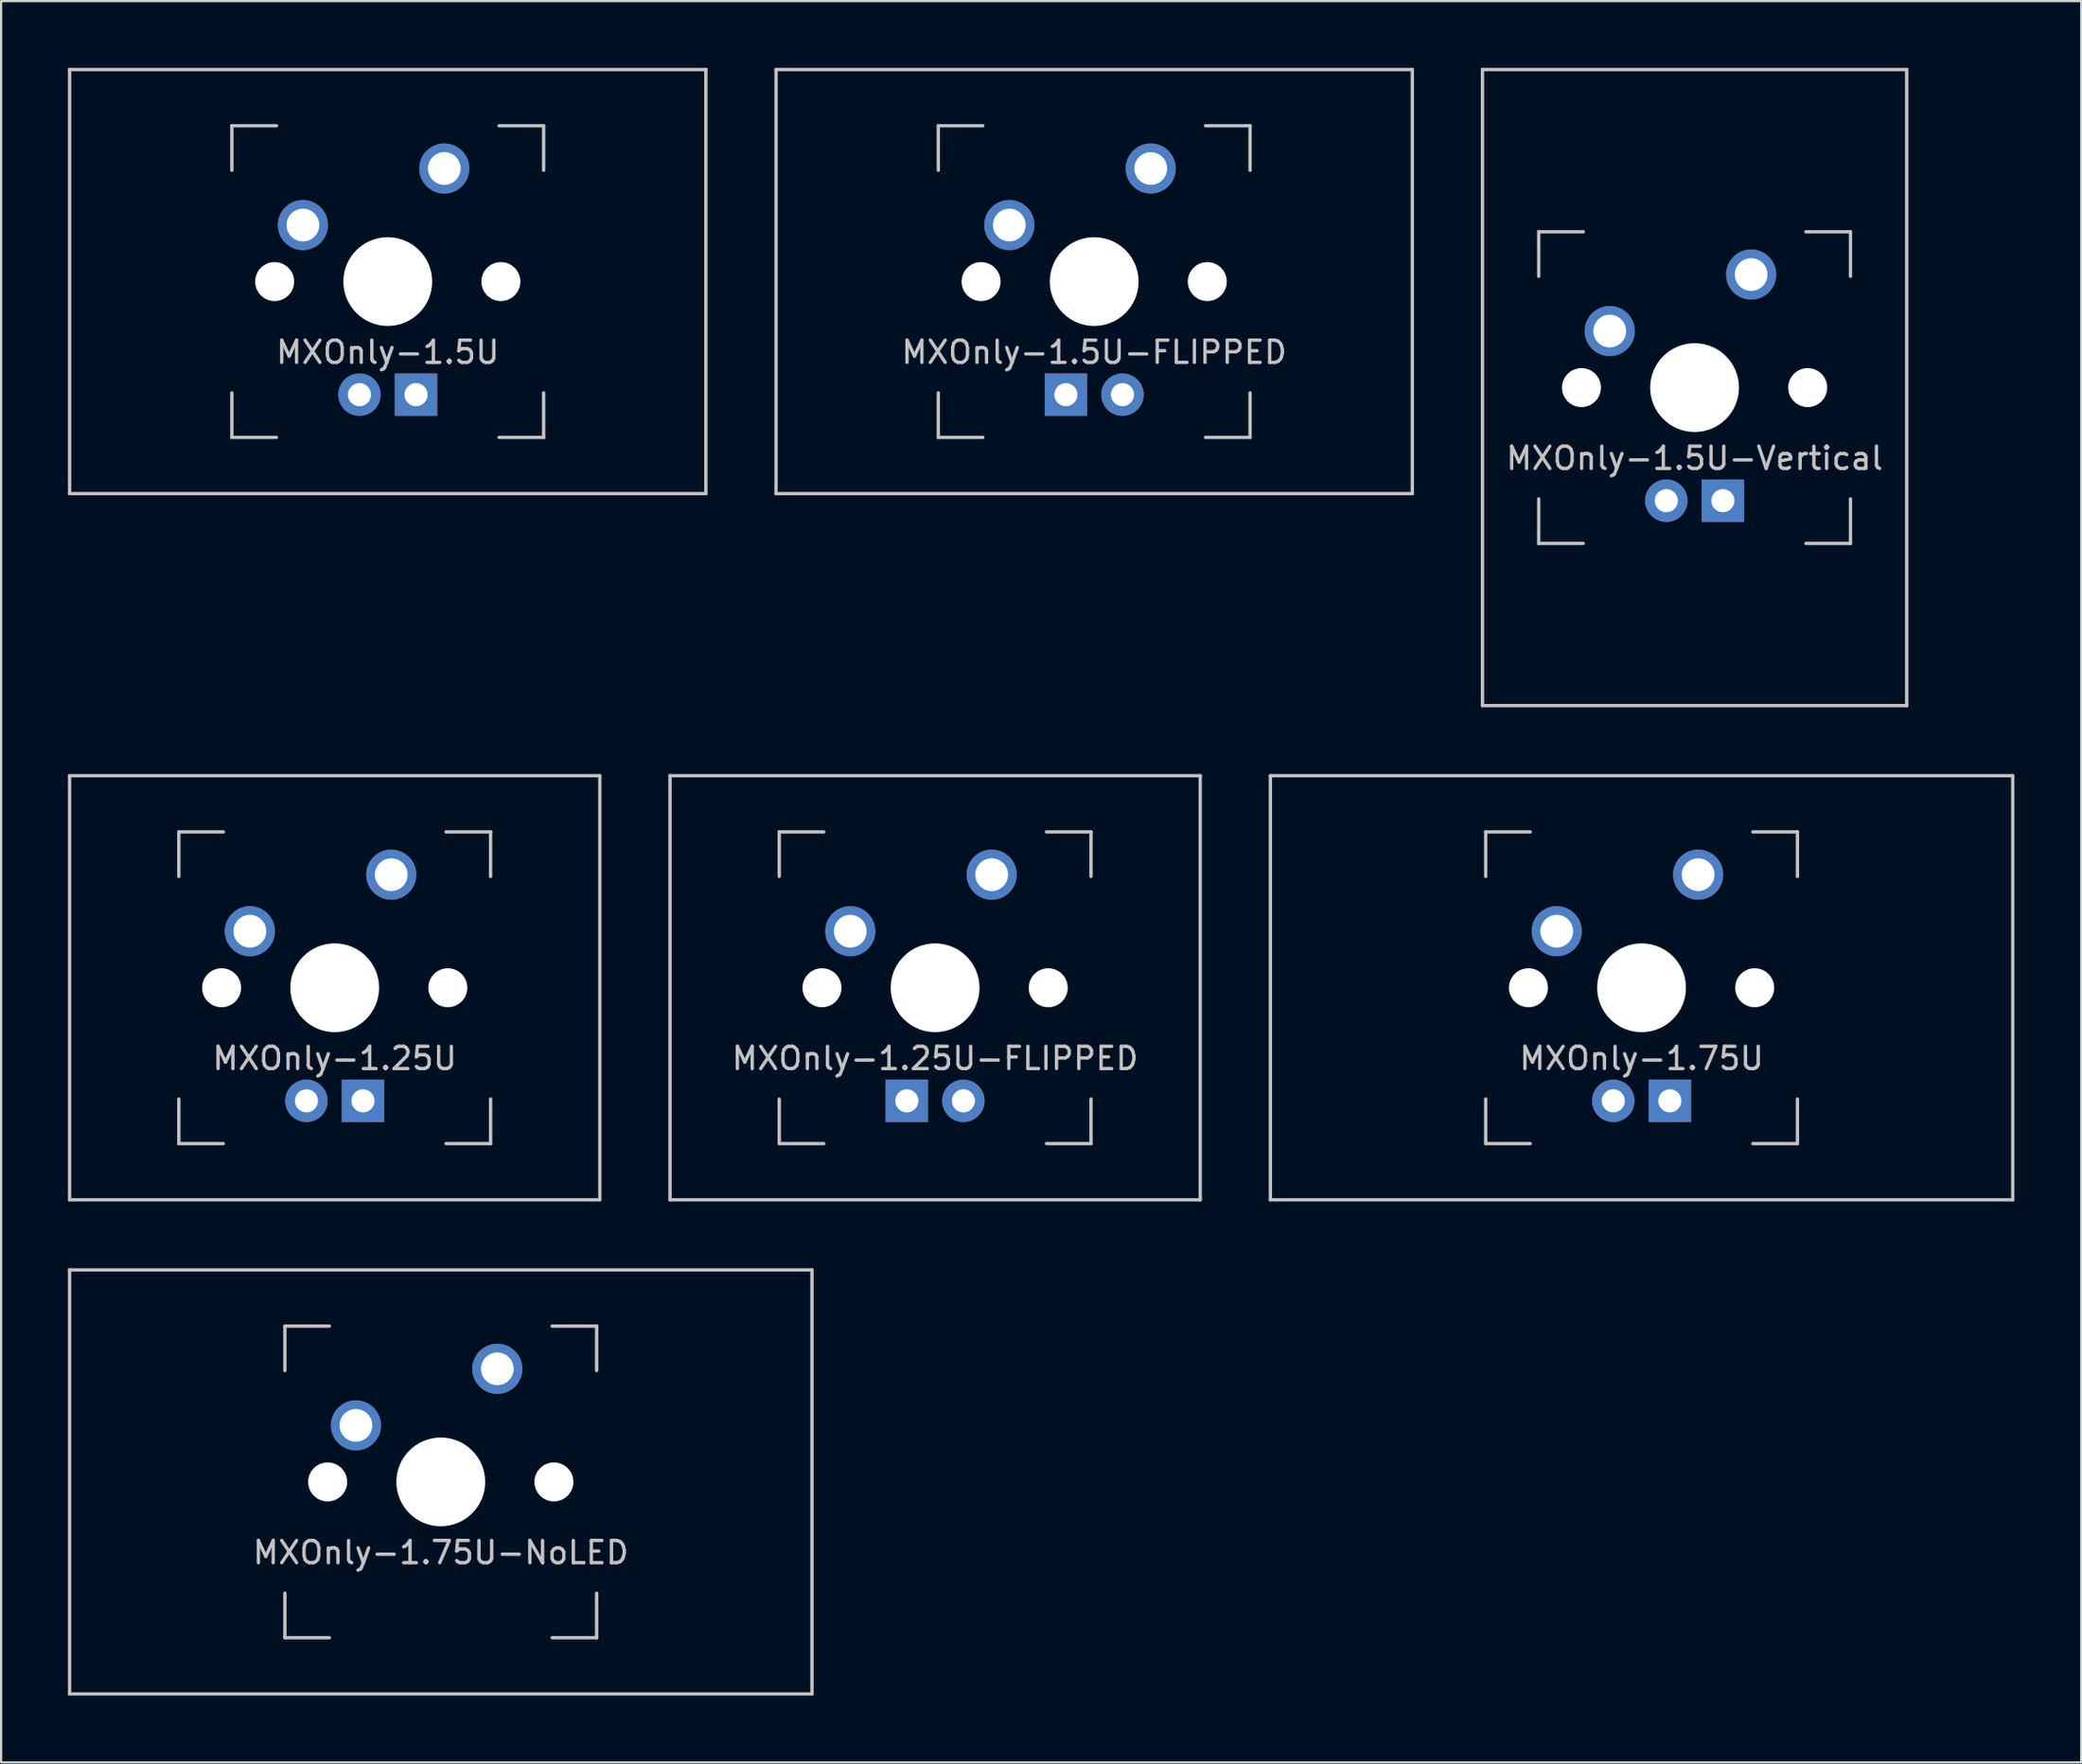
<source format=kicad_pcb>
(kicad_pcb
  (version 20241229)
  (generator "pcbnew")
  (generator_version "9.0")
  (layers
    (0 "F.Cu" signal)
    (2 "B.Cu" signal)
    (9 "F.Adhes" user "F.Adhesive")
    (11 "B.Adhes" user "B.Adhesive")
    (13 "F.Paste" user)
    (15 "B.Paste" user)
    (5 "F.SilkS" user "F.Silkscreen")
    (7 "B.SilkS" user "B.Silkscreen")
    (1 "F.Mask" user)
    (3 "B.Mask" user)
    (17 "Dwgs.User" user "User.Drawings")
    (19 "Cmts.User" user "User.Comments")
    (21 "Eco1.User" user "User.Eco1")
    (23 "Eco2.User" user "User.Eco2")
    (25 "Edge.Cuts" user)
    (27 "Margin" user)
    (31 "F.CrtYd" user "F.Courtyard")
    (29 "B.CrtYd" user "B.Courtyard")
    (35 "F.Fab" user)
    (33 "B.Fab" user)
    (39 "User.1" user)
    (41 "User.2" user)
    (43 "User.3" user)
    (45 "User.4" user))
  (footprint "MXOnly-1.75U-NoLED"
    (layer "F.Cu")
    (at 16.744 63.525)
    (property "Reference" "MXOnly-1.75U-NoLED" (at 0 3.175 0) (layer "Dwgs.User") (effects (font (size 1 1) (thickness 0.15))))
    (attr through_hole)
    (fp_line (start -16.669 -9.525) (end 16.669 -9.525) (stroke (width 0.15) (type solid)) (layer "Dwgs.User"))
    (fp_line (start -16.669 9.525) (end -16.669 -9.525) (stroke (width 0.15) (type solid)) (layer "Dwgs.User"))
    (fp_line (start -16.669 9.525) (end 16.669 9.525) (stroke (width 0.15) (type solid)) (layer "Dwgs.User"))
    (fp_line (start -7 -7) (end -7 -5) (stroke (width 0.15) (type solid)) (layer "Dwgs.User"))
    (fp_line (start -7 5) (end -7 7) (stroke (width 0.15) (type solid)) (layer "Dwgs.User"))
    (fp_line (start -7 7) (end -5 7) (stroke (width 0.15) (type solid)) (layer "Dwgs.User"))
    (fp_line (start -5 -7) (end -7 -7) (stroke (width 0.15) (type solid)) (layer "Dwgs.User"))
    (fp_line (start 5 -7) (end 7 -7) (stroke (width 0.15) (type solid)) (layer "Dwgs.User"))
    (fp_line (start 5 7) (end 7 7) (stroke (width 0.15) (type solid)) (layer "Dwgs.User"))
    (fp_line (start 7 -7) (end 7 -5) (stroke (width 0.15) (type solid)) (layer "Dwgs.User"))
    (fp_line (start 7 7) (end 7 5) (stroke (width 0.15) (type solid)) (layer "Dwgs.User"))
    (fp_line (start 16.669 -9.525) (end 16.669 9.525) (stroke (width 0.15) (type solid)) (layer "Dwgs.User"))
    (pad "" np_thru_hole circle (at -5.08 0 48.1) (size 1.75 1.75) (drill 1.75) (layers "*.Cu" "*.Mask"))
    (pad "" np_thru_hole circle (at 0 0) (size 3.988 3.988) (drill 3.988) (layers "*.Cu" "*.Mask"))
    (pad "" np_thru_hole circle (at 5.08 0 48.1) (size 1.75 1.75) (drill 1.75) (layers "*.Cu" "*.Mask"))
    (pad "1" thru_hole circle (at -3.81 -2.54) (size 2.25 2.25) (drill 1.47) (layers "*.Cu" "B.Mask"))
    (pad "2" thru_hole circle (at 2.54 -5.08) (size 2.25 2.25) (drill 1.47) (layers "*.Cu" "B.Mask")))
  (footprint "MXOnly-1.5U"
    (layer "F.Cu")
    (at 14.363 9.6)
    (property "Reference" "MXOnly-1.5U" (at 0 3.175 0) (layer "Dwgs.User") (effects (font (size 1 1) (thickness 0.15))))
    (attr through_hole)
    (fp_line (start -14.287 -9.525) (end 14.287 -9.525) (stroke (width 0.15) (type solid)) (layer "Dwgs.User"))
    (fp_line (start -14.287 9.525) (end -14.287 -9.525) (stroke (width 0.15) (type solid)) (layer "Dwgs.User"))
    (fp_line (start -14.287 9.525) (end 14.287 9.525) (stroke (width 0.15) (type solid)) (layer "Dwgs.User"))
    (fp_line (start -7 -7) (end -7 -5) (stroke (width 0.15) (type solid)) (layer "Dwgs.User"))
    (fp_line (start -7 5) (end -7 7) (stroke (width 0.15) (type solid)) (layer "Dwgs.User"))
    (fp_line (start -7 7) (end -5 7) (stroke (width 0.15) (type solid)) (layer "Dwgs.User"))
    (fp_line (start -5 -7) (end -7 -7) (stroke (width 0.15) (type solid)) (layer "Dwgs.User"))
    (fp_line (start 5 -7) (end 7 -7) (stroke (width 0.15) (type solid)) (layer "Dwgs.User"))
    (fp_line (start 5 7) (end 7 7) (stroke (width 0.15) (type solid)) (layer "Dwgs.User"))
    (fp_line (start 7 -7) (end 7 -5) (stroke (width 0.15) (type solid)) (layer "Dwgs.User"))
    (fp_line (start 7 7) (end 7 5) (stroke (width 0.15) (type solid)) (layer "Dwgs.User"))
    (fp_line (start 14.287 -9.525) (end 14.287 9.525) (stroke (width 0.15) (type solid)) (layer "Dwgs.User"))
    (pad "" np_thru_hole circle (at -5.08 0 48.1) (size 1.75 1.75) (drill 1.75) (layers "*.Cu" "*.Mask"))
    (pad "" np_thru_hole circle (at 0 0) (size 3.988 3.988) (drill 3.988) (layers "*.Cu" "*.Mask"))
    (pad "" np_thru_hole circle (at 5.08 0 48.1) (size 1.75 1.75) (drill 1.75) (layers "*.Cu" "*.Mask"))
    (pad "1" thru_hole circle (at -3.81 -2.54) (size 2.25 2.25) (drill 1.47) (layers "*.Cu" "B.Mask"))
    (pad "2" thru_hole circle (at 2.54 -5.08) (size 2.25 2.25) (drill 1.47) (layers "*.Cu" "B.Mask"))
    (pad "3" thru_hole circle (at -1.27 5.08) (size 1.905 1.905) (drill 1.04) (layers "*.Cu" "B.Mask"))
    (pad "4" thru_hole rect (at 1.27 5.08) (size 1.905 1.905) (drill 1.04) (layers "*.Cu" "B.Mask")))
  (footprint "MXOnly-1.5U-FLIPPED"
    (layer "F.Cu")
    (at 46.087 9.6)
    (property "Reference" "MXOnly-1.5U-FLIPPED" (at 0 3.175 0) (layer "Dwgs.User") (effects (font (size 1 1) (thickness 0.15))))
    (attr through_hole)
    (fp_line (start -14.287 -9.525) (end 14.287 -9.525) (stroke (width 0.15) (type solid)) (layer "Dwgs.User"))
    (fp_line (start -14.287 9.525) (end -14.287 -9.525) (stroke (width 0.15) (type solid)) (layer "Dwgs.User"))
    (fp_line (start -14.287 9.525) (end 14.287 9.525) (stroke (width 0.15) (type solid)) (layer "Dwgs.User"))
    (fp_line (start -7 -7) (end -7 -5) (stroke (width 0.15) (type solid)) (layer "Dwgs.User"))
    (fp_line (start -7 5) (end -7 7) (stroke (width 0.15) (type solid)) (layer "Dwgs.User"))
    (fp_line (start -7 7) (end -5 7) (stroke (width 0.15) (type solid)) (layer "Dwgs.User"))
    (fp_line (start -5 -7) (end -7 -7) (stroke (width 0.15) (type solid)) (layer "Dwgs.User"))
    (fp_line (start 5 -7) (end 7 -7) (stroke (width 0.15) (type solid)) (layer "Dwgs.User"))
    (fp_line (start 5 7) (end 7 7) (stroke (width 0.15) (type solid)) (layer "Dwgs.User"))
    (fp_line (start 7 -7) (end 7 -5) (stroke (width 0.15) (type solid)) (layer "Dwgs.User"))
    (fp_line (start 7 7) (end 7 5) (stroke (width 0.15) (type solid)) (layer "Dwgs.User"))
    (fp_line (start 14.287 -9.525) (end 14.287 9.525) (stroke (width 0.15) (type solid)) (layer "Dwgs.User"))
    (pad "" np_thru_hole circle (at -5.08 0 48.1) (size 1.75 1.75) (drill 1.75) (layers "*.Cu" "*.Mask"))
    (pad "" np_thru_hole circle (at 0 0) (size 3.988 3.988) (drill 3.988) (layers "*.Cu" "*.Mask"))
    (pad "" np_thru_hole circle (at 5.08 0 48.1) (size 1.75 1.75) (drill 1.75) (layers "*.Cu" "*.Mask"))
    (pad "1" thru_hole circle (at -3.81 -2.54) (size 2.25 2.25) (drill 1.47) (layers "*.Cu" "B.Mask"))
    (pad "2" thru_hole circle (at 2.54 -5.08) (size 2.25 2.25) (drill 1.47) (layers "*.Cu" "B.Mask"))
    (pad "3" thru_hole circle (at 1.27 5.08) (size 1.905 1.905) (drill 1.04) (layers "*.Cu" "B.Mask"))
    (pad "4" thru_hole rect (at -1.27 5.08) (size 1.905 1.905) (drill 1.04) (layers "*.Cu" "B.Mask")))
  (footprint "MXOnly-1.75U"
    (layer "F.Cu")
    (at 70.669 41.325)
    (property "Reference" "MXOnly-1.75U" (at 0 3.175 0) (layer "Dwgs.User") (effects (font (size 1 1) (thickness 0.15))))
    (attr through_hole)
    (fp_line (start -16.669 -9.525) (end 16.669 -9.525) (stroke (width 0.15) (type solid)) (layer "Dwgs.User"))
    (fp_line (start -16.669 9.525) (end -16.669 -9.525) (stroke (width 0.15) (type solid)) (layer "Dwgs.User"))
    (fp_line (start -16.669 9.525) (end 16.669 9.525) (stroke (width 0.15) (type solid)) (layer "Dwgs.User"))
    (fp_line (start -7 -7) (end -7 -5) (stroke (width 0.15) (type solid)) (layer "Dwgs.User"))
    (fp_line (start -7 5) (end -7 7) (stroke (width 0.15) (type solid)) (layer "Dwgs.User"))
    (fp_line (start -7 7) (end -5 7) (stroke (width 0.15) (type solid)) (layer "Dwgs.User"))
    (fp_line (start -5 -7) (end -7 -7) (stroke (width 0.15) (type solid)) (layer "Dwgs.User"))
    (fp_line (start 5 -7) (end 7 -7) (stroke (width 0.15) (type solid)) (layer "Dwgs.User"))
    (fp_line (start 5 7) (end 7 7) (stroke (width 0.15) (type solid)) (layer "Dwgs.User"))
    (fp_line (start 7 -7) (end 7 -5) (stroke (width 0.15) (type solid)) (layer "Dwgs.User"))
    (fp_line (start 7 7) (end 7 5) (stroke (width 0.15) (type solid)) (layer "Dwgs.User"))
    (fp_line (start 16.669 -9.525) (end 16.669 9.525) (stroke (width 0.15) (type solid)) (layer "Dwgs.User"))
    (pad "" np_thru_hole circle (at -5.08 0 48.1) (size 1.75 1.75) (drill 1.75) (layers "*.Cu" "*.Mask"))
    (pad "" np_thru_hole circle (at 0 0) (size 3.988 3.988) (drill 3.988) (layers "*.Cu" "*.Mask"))
    (pad "" np_thru_hole circle (at 5.08 0 48.1) (size 1.75 1.75) (drill 1.75) (layers "*.Cu" "*.Mask"))
    (pad "1" thru_hole circle (at -3.81 -2.54) (size 2.25 2.25) (drill 1.47) (layers "*.Cu" "B.Mask"))
    (pad "2" thru_hole circle (at 2.54 -5.08) (size 2.25 2.25) (drill 1.47) (layers "*.Cu" "B.Mask"))
    (pad "3" thru_hole circle (at -1.27 5.08) (size 1.905 1.905) (drill 1.04) (layers "*.Cu" "B.Mask"))
    (pad "4" thru_hole rect (at 1.27 5.08) (size 1.905 1.905) (drill 1.04) (layers "*.Cu" "B.Mask")))
  (footprint "MXOnly-1.25U"
    (layer "F.Cu")
    (at 11.981 41.325)
    (property "Reference" "MXOnly-1.25U" (at 0 3.175 0) (layer "Dwgs.User") (effects (font (size 1 1) (thickness 0.15))))
    (attr through_hole)
    (fp_line (start -11.906 -9.525) (end 11.906 -9.525) (stroke (width 0.15) (type solid)) (layer "Dwgs.User"))
    (fp_line (start -11.906 9.525) (end -11.906 -9.525) (stroke (width 0.15) (type solid)) (layer "Dwgs.User"))
    (fp_line (start -11.906 9.525) (end 11.906 9.525) (stroke (width 0.15) (type solid)) (layer "Dwgs.User"))
    (fp_line (start -7 -7) (end -7 -5) (stroke (width 0.15) (type solid)) (layer "Dwgs.User"))
    (fp_line (start -7 5) (end -7 7) (stroke (width 0.15) (type solid)) (layer "Dwgs.User"))
    (fp_line (start -7 7) (end -5 7) (stroke (width 0.15) (type solid)) (layer "Dwgs.User"))
    (fp_line (start -5 -7) (end -7 -7) (stroke (width 0.15) (type solid)) (layer "Dwgs.User"))
    (fp_line (start 5 -7) (end 7 -7) (stroke (width 0.15) (type solid)) (layer "Dwgs.User"))
    (fp_line (start 5 7) (end 7 7) (stroke (width 0.15) (type solid)) (layer "Dwgs.User"))
    (fp_line (start 7 -7) (end 7 -5) (stroke (width 0.15) (type solid)) (layer "Dwgs.User"))
    (fp_line (start 7 7) (end 7 5) (stroke (width 0.15) (type solid)) (layer "Dwgs.User"))
    (fp_line (start 11.906 -9.525) (end 11.906 9.525) (stroke (width 0.15) (type solid)) (layer "Dwgs.User"))
    (pad "" np_thru_hole circle (at -5.08 0 48.1) (size 1.75 1.75) (drill 1.75) (layers "*.Cu" "*.Mask"))
    (pad "" np_thru_hole circle (at 0 0) (size 3.988 3.988) (drill 3.988) (layers "*.Cu" "*.Mask"))
    (pad "" np_thru_hole circle (at 5.08 0 48.1) (size 1.75 1.75) (drill 1.75) (layers "*.Cu" "*.Mask"))
    (pad "1" thru_hole circle (at -3.81 -2.54) (size 2.25 2.25) (drill 1.47) (layers "*.Cu" "B.Mask"))
    (pad "2" thru_hole circle (at 2.54 -5.08) (size 2.25 2.25) (drill 1.47) (layers "*.Cu" "B.Mask"))
    (pad "3" thru_hole circle (at -1.27 5.08) (size 1.905 1.905) (drill 1.04) (layers "*.Cu" "B.Mask"))
    (pad "4" thru_hole rect (at 1.27 5.08) (size 1.905 1.905) (drill 1.04) (layers "*.Cu" "B.Mask")))
  (footprint "MXOnly-1.5U-Vertical"
    (layer "F.Cu")
    (at 73.05 14.363)
    (property "Reference" "MXOnly-1.5U-Vertical" (at 0 3.175 0) (layer "Dwgs.User") (effects (font (size 1 1) (thickness 0.15))))
    (attr through_hole)
    (fp_line (start -9.525 -14.287) (end -9.525 14.287) (stroke (width 0.15) (type solid)) (layer "Dwgs.User"))
    (fp_line (start -7 -7) (end -7 -5) (stroke (width 0.15) (type solid)) (layer "Dwgs.User"))
    (fp_line (start -7 5) (end -7 7) (stroke (width 0.15) (type solid)) (layer "Dwgs.User"))
    (fp_line (start -7 7) (end -5 7) (stroke (width 0.15) (type solid)) (layer "Dwgs.User"))
    (fp_line (start -5 -7) (end -7 -7) (stroke (width 0.15) (type solid)) (layer "Dwgs.User"))
    (fp_line (start 5 -7) (end 7 -7) (stroke (width 0.15) (type solid)) (layer "Dwgs.User"))
    (fp_line (start 5 7) (end 7 7) (stroke (width 0.15) (type solid)) (layer "Dwgs.User"))
    (fp_line (start 7 -7) (end 7 -5) (stroke (width 0.15) (type solid)) (layer "Dwgs.User"))
    (fp_line (start 7 7) (end 7 5) (stroke (width 0.15) (type solid)) (layer "Dwgs.User"))
    (fp_line (start 9.525 -14.287) (end -9.525 -14.287) (stroke (width 0.15) (type solid)) (layer "Dwgs.User"))
    (fp_line (start 9.525 -14.287) (end 9.525 14.287) (stroke (width 0.15) (type solid)) (layer "Dwgs.User"))
    (fp_line (start 9.525 14.287) (end -9.525 14.287) (stroke (width 0.15) (type solid)) (layer "Dwgs.User"))
    (pad "" np_thru_hole circle (at -5.08 0 48.1) (size 1.75 1.75) (drill 1.75) (layers "*.Cu" "*.Mask"))
    (pad "" np_thru_hole circle (at 0 0) (size 3.988 3.988) (drill 3.988) (layers "*.Cu" "*.Mask"))
    (pad "" np_thru_hole circle (at 5.08 0 48.1) (size 1.75 1.75) (drill 1.75) (layers "*.Cu" "*.Mask"))
    (pad "1" thru_hole circle (at -3.81 -2.54) (size 2.25 2.25) (drill 1.47) (layers "*.Cu" "B.Mask"))
    (pad "2" thru_hole circle (at 2.54 -5.08) (size 2.25 2.25) (drill 1.47) (layers "*.Cu" "B.Mask"))
    (pad "3" thru_hole circle (at -1.27 5.08) (size 1.905 1.905) (drill 1.04) (layers "*.Cu" "B.Mask"))
    (pad "4" thru_hole rect (at 1.27 5.08) (size 1.905 1.905) (drill 1.04) (layers "*.Cu" "B.Mask")))
  (footprint "MXOnly-1.25U-FLIPPED"
    (layer "F.Cu")
    (at 38.944 41.325)
    (property "Reference" "MXOnly-1.25U-FLIPPED" (at 0 3.175 0) (layer "Dwgs.User") (effects (font (size 1 1) (thickness 0.15))))
    (attr through_hole)
    (fp_line (start -11.906 -9.525) (end 11.906 -9.525) (stroke (width 0.15) (type solid)) (layer "Dwgs.User"))
    (fp_line (start -11.906 9.525) (end -11.906 -9.525) (stroke (width 0.15) (type solid)) (layer "Dwgs.User"))
    (fp_line (start -11.906 9.525) (end 11.906 9.525) (stroke (width 0.15) (type solid)) (layer "Dwgs.User"))
    (fp_line (start -7 -7) (end -7 -5) (stroke (width 0.15) (type solid)) (layer "Dwgs.User"))
    (fp_line (start -7 5) (end -7 7) (stroke (width 0.15) (type solid)) (layer "Dwgs.User"))
    (fp_line (start -7 7) (end -5 7) (stroke (width 0.15) (type solid)) (layer "Dwgs.User"))
    (fp_line (start -5 -7) (end -7 -7) (stroke (width 0.15) (type solid)) (layer "Dwgs.User"))
    (fp_line (start 5 -7) (end 7 -7) (stroke (width 0.15) (type solid)) (layer "Dwgs.User"))
    (fp_line (start 5 7) (end 7 7) (stroke (width 0.15) (type solid)) (layer "Dwgs.User"))
    (fp_line (start 7 -7) (end 7 -5) (stroke (width 0.15) (type solid)) (layer "Dwgs.User"))
    (fp_line (start 7 7) (end 7 5) (stroke (width 0.15) (type solid)) (layer "Dwgs.User"))
    (fp_line (start 11.906 -9.525) (end 11.906 9.525) (stroke (width 0.15) (type solid)) (layer "Dwgs.User"))
    (pad "" np_thru_hole circle (at -5.08 0 48.1) (size 1.75 1.75) (drill 1.75) (layers "*.Cu" "*.Mask"))
    (pad "" np_thru_hole circle (at 0 0) (size 3.988 3.988) (drill 3.988) (layers "*.Cu" "*.Mask"))
    (pad "" np_thru_hole circle (at 5.08 0 48.1) (size 1.75 1.75) (drill 1.75) (layers "*.Cu" "*.Mask"))
    (pad "1" thru_hole circle (at -3.81 -2.54) (size 2.25 2.25) (drill 1.47) (layers "*.Cu" "B.Mask"))
    (pad "2" thru_hole circle (at 2.54 -5.08) (size 2.25 2.25) (drill 1.47) (layers "*.Cu" "B.Mask"))
    (pad "3" thru_hole circle (at 1.27 5.08) (size 1.905 1.905) (drill 1.04) (layers "*.Cu" "B.Mask"))
    (pad "4" thru_hole rect (at -1.27 5.08) (size 1.905 1.905) (drill 1.04) (layers "*.Cu" "B.Mask")))
  (gr_rect
    (start -3 -3)
    (end 90.412 76.125)
    (stroke (width 0.1) (type default))
    (fill no)
    (layer "Edge.Cuts")))
</source>
